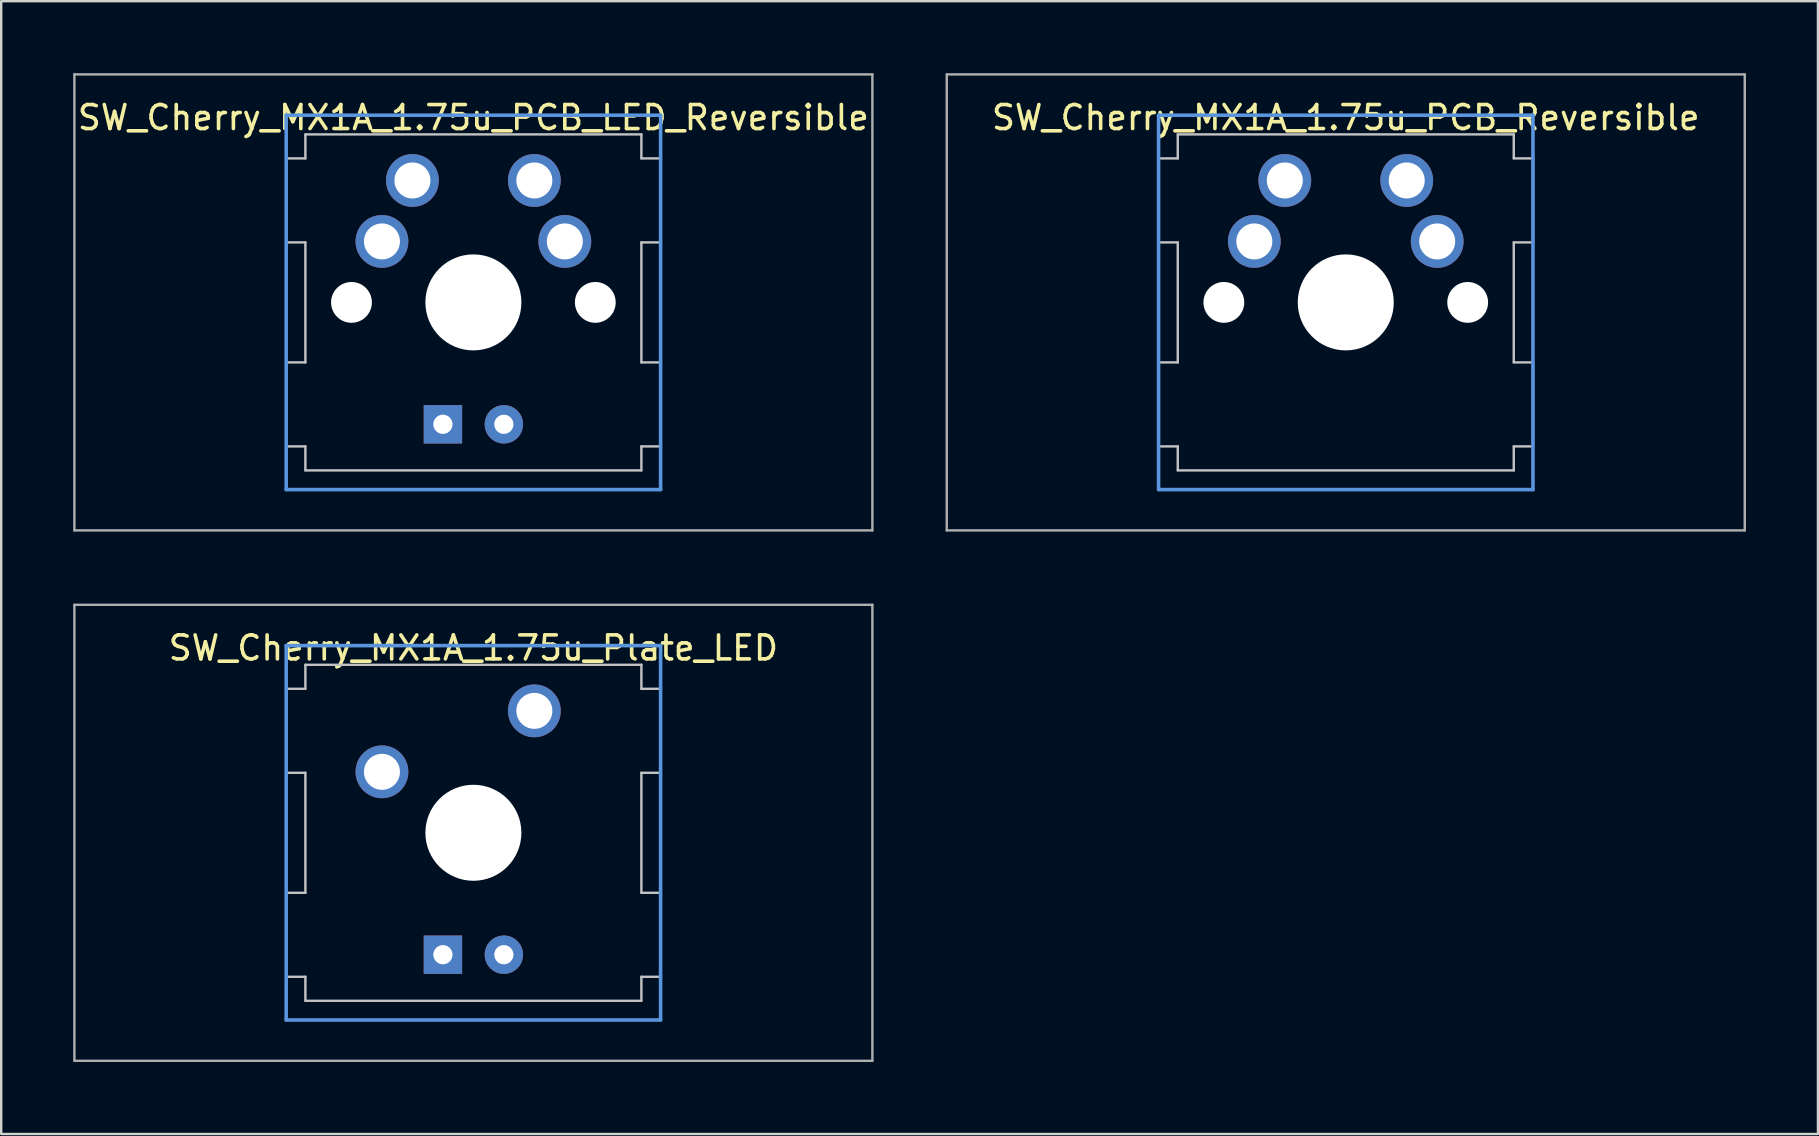
<source format=kicad_pcb>
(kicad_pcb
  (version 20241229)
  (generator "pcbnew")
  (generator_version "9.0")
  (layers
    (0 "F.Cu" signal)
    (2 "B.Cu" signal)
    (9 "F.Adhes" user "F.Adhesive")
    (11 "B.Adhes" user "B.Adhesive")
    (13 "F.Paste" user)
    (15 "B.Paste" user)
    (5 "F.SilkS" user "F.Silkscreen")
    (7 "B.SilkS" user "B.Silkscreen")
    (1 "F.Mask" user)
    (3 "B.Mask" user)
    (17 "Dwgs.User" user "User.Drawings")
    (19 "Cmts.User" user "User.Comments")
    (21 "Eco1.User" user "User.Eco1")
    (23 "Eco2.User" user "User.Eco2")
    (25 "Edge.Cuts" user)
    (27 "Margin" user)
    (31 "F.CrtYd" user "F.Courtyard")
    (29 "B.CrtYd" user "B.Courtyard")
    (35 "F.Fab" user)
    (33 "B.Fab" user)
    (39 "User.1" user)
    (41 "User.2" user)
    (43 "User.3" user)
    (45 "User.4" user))
  (footprint "SW_Cherry_MX1A_1.75u_Plate_LED"
    (layer "F.Cu")
    (at 16.675 31.65)
    (property "Reference" "SW_Cherry_MX1A_1.75u_Plate_LED" (at 0 -7.7 0) (layer "F.SilkS") (effects (font (size 1 1) (thickness 0.15))))
    (attr through_hole)
    (fp_line (start -7.8 -6) (end -7 -6) (stroke (width 0.1) (type solid)) (layer "Dwgs.User"))
    (fp_line (start -7.8 -2.5) (end -7.8 -6) (stroke (width 0.1) (type solid)) (layer "Dwgs.User"))
    (fp_line (start -7.8 -2.5) (end -7 -2.5) (stroke (width 0.1) (type solid)) (layer "Dwgs.User"))
    (fp_line (start -7.8 2.5) (end -7 2.5) (stroke (width 0.1) (type solid)) (layer "Dwgs.User"))
    (fp_line (start -7.8 6) (end -7.8 2.5) (stroke (width 0.1) (type solid)) (layer "Dwgs.User"))
    (fp_line (start -7.8 6) (end -7 6) (stroke (width 0.1) (type solid)) (layer "Dwgs.User"))
    (fp_line (start -7 -7) (end 7 -7) (stroke (width 0.1) (type solid)) (layer "Dwgs.User"))
    (fp_line (start -7 -6) (end -7 -7) (stroke (width 0.1) (type solid)) (layer "Dwgs.User"))
    (fp_line (start -7 -2.5) (end -7 2.5) (stroke (width 0.1) (type solid)) (layer "Dwgs.User"))
    (fp_line (start -7 7) (end -7 6) (stroke (width 0.1) (type solid)) (layer "Dwgs.User"))
    (fp_line (start -7 7) (end 7 7) (stroke (width 0.1) (type solid)) (layer "Dwgs.User"))
    (fp_line (start 7 -6) (end 7 -7) (stroke (width 0.1) (type solid)) (layer "Dwgs.User"))
    (fp_line (start 7 -6) (end 7.8 -6) (stroke (width 0.1) (type solid)) (layer "Dwgs.User"))
    (fp_line (start 7 -2.5) (end 7 2.5) (stroke (width 0.1) (type solid)) (layer "Dwgs.User"))
    (fp_line (start 7 -2.5) (end 7.8 -2.5) (stroke (width 0.1) (type solid)) (layer "Dwgs.User"))
    (fp_line (start 7 2.5) (end 7.8 2.5) (stroke (width 0.1) (type solid)) (layer "Dwgs.User"))
    (fp_line (start 7 6) (end 7.8 6) (stroke (width 0.1) (type solid)) (layer "Dwgs.User"))
    (fp_line (start 7 7) (end 7 6) (stroke (width 0.1) (type solid)) (layer "Dwgs.User"))
    (fp_line (start 7.8 -2.5) (end 7.8 -6) (stroke (width 0.1) (type solid)) (layer "Dwgs.User"))
    (fp_line (start 7.8 6) (end 7.8 2.5) (stroke (width 0.1) (type solid)) (layer "Dwgs.User"))
    (fp_line (start -7.8 -7.8) (end 7.8 -7.8) (stroke (width 0.15) (type solid)) (layer "Cmts.User"))
    (fp_line (start -7.8 7.8) (end -7.8 -7.8) (stroke (width 0.15) (type solid)) (layer "Cmts.User"))
    (fp_line (start 7.8 -7.8) (end 7.8 7.8) (stroke (width 0.15) (type solid)) (layer "Cmts.User"))
    (fp_line (start 7.8 7.8) (end -7.8 7.8) (stroke (width 0.15) (type solid)) (layer "Cmts.User"))
    (fp_line (start -16.625 -9.5) (end 16.625 -9.5) (stroke (width 0.1) (type solid)) (layer "F.Fab"))
    (fp_line (start -16.625 9.5) (end -16.625 -9.5) (stroke (width 0.1) (type solid)) (layer "F.Fab"))
    (fp_line (start 16.625 -9.5) (end 16.625 9.5) (stroke (width 0.1) (type solid)) (layer "F.Fab"))
    (fp_line (start 16.625 9.5) (end -16.625 9.5) (stroke (width 0.1) (type solid)) (layer "F.Fab"))
    (pad "" np_thru_hole circle (at 0 0) (size 4 4) (drill 4) (layers "*.Cu" "*.Mask"))
    (pad "1" thru_hole circle (at -3.81 -2.54) (size 2.2 2.2) (drill 1.5) (layers "*.Cu" "*.Mask"))
    (pad "2" thru_hole rect (at -1.27 5.08) (size 1.6 1.6) (drill 0.8) (layers "*.Cu" "*.Mask"))
    (pad "3" thru_hole circle (at 1.27 5.08) (size 1.6 1.6) (drill 0.8) (layers "*.Cu" "*.Mask"))
    (pad "4" thru_hole circle (at 2.54 -5.08) (size 2.2 2.2) (drill 1.5) (layers "*.Cu" "*.Mask")))
  (footprint "SW_Cherry_MX1A_1.75u_PCB_LED_Reversible"
    (layer "F.Cu")
    (at 16.675 9.55)
    (property "Reference" "SW_Cherry_MX1A_1.75u_PCB_LED_Reversible" (at 0 -7.7 0) (layer "F.SilkS") (effects (font (size 1 1) (thickness 0.15))))
    (attr through_hole)
    (fp_line (start -7.8 -6) (end -7 -6) (stroke (width 0.1) (type solid)) (layer "Dwgs.User"))
    (fp_line (start -7.8 -2.5) (end -7.8 -6) (stroke (width 0.1) (type solid)) (layer "Dwgs.User"))
    (fp_line (start -7.8 -2.5) (end -7 -2.5) (stroke (width 0.1) (type solid)) (layer "Dwgs.User"))
    (fp_line (start -7.8 2.5) (end -7 2.5) (stroke (width 0.1) (type solid)) (layer "Dwgs.User"))
    (fp_line (start -7.8 6) (end -7.8 2.5) (stroke (width 0.1) (type solid)) (layer "Dwgs.User"))
    (fp_line (start -7.8 6) (end -7 6) (stroke (width 0.1) (type solid)) (layer "Dwgs.User"))
    (fp_line (start -7 -7) (end 7 -7) (stroke (width 0.1) (type solid)) (layer "Dwgs.User"))
    (fp_line (start -7 -6) (end -7 -7) (stroke (width 0.1) (type solid)) (layer "Dwgs.User"))
    (fp_line (start -7 -2.5) (end -7 2.5) (stroke (width 0.1) (type solid)) (layer "Dwgs.User"))
    (fp_line (start -7 7) (end -7 6) (stroke (width 0.1) (type solid)) (layer "Dwgs.User"))
    (fp_line (start -7 7) (end 7 7) (stroke (width 0.1) (type solid)) (layer "Dwgs.User"))
    (fp_line (start 7 -6) (end 7 -7) (stroke (width 0.1) (type solid)) (layer "Dwgs.User"))
    (fp_line (start 7 -6) (end 7.8 -6) (stroke (width 0.1) (type solid)) (layer "Dwgs.User"))
    (fp_line (start 7 -2.5) (end 7 2.5) (stroke (width 0.1) (type solid)) (layer "Dwgs.User"))
    (fp_line (start 7 -2.5) (end 7.8 -2.5) (stroke (width 0.1) (type solid)) (layer "Dwgs.User"))
    (fp_line (start 7 2.5) (end 7.8 2.5) (stroke (width 0.1) (type solid)) (layer "Dwgs.User"))
    (fp_line (start 7 6) (end 7.8 6) (stroke (width 0.1) (type solid)) (layer "Dwgs.User"))
    (fp_line (start 7 7) (end 7 6) (stroke (width 0.1) (type solid)) (layer "Dwgs.User"))
    (fp_line (start 7.8 -2.5) (end 7.8 -6) (stroke (width 0.1) (type solid)) (layer "Dwgs.User"))
    (fp_line (start 7.8 6) (end 7.8 2.5) (stroke (width 0.1) (type solid)) (layer "Dwgs.User"))
    (fp_line (start -7.8 -7.8) (end 7.8 -7.8) (stroke (width 0.15) (type solid)) (layer "Cmts.User"))
    (fp_line (start -7.8 7.8) (end -7.8 -7.8) (stroke (width 0.15) (type solid)) (layer "Cmts.User"))
    (fp_line (start 7.8 -7.8) (end 7.8 7.8) (stroke (width 0.15) (type solid)) (layer "Cmts.User"))
    (fp_line (start 7.8 7.8) (end -7.8 7.8) (stroke (width 0.15) (type solid)) (layer "Cmts.User"))
    (fp_line (start -16.625 -9.5) (end 16.625 -9.5) (stroke (width 0.1) (type solid)) (layer "F.Fab"))
    (fp_line (start -16.625 9.5) (end -16.625 -9.5) (stroke (width 0.1) (type solid)) (layer "F.Fab"))
    (fp_line (start 16.625 -9.5) (end 16.625 9.5) (stroke (width 0.1) (type solid)) (layer "F.Fab"))
    (fp_line (start 16.625 9.5) (end -16.625 9.5) (stroke (width 0.1) (type solid)) (layer "F.Fab"))
    (pad "" np_thru_hole circle (at -5.08 0) (size 1.7 1.7) (drill 1.7) (layers "*.Cu" "*.Mask"))
    (pad "" np_thru_hole circle (at 0 0) (size 4 4) (drill 4) (layers "*.Cu" "*.Mask"))
    (pad "" np_thru_hole circle (at 5.08 0) (size 1.7 1.7) (drill 1.7) (layers "*.Cu" "*.Mask"))
    (pad "1" thru_hole circle (at -3.81 -2.54) (size 2.2 2.2) (drill 1.5) (layers "*.Cu" "*.Mask"))
    (pad "1" thru_hole circle (at -2.54 -5.08) (size 2.2 2.2) (drill 1.5) (layers "*.Cu" "*.Mask"))
    (pad "2" thru_hole circle (at 2.54 -5.08) (size 2.2 2.2) (drill 1.5) (layers "*.Cu" "*.Mask"))
    (pad "2" thru_hole circle (at 3.81 -2.54) (size 2.2 2.2) (drill 1.5) (layers "*.Cu" "*.Mask"))
    (pad "3" thru_hole rect (at -1.27 5.08) (size 1.6 1.6) (drill 0.8) (layers "*.Cu" "*.Mask"))
    (pad "4" thru_hole circle (at 1.27 5.08) (size 1.6 1.6) (drill 0.8) (layers "*.Cu" "*.Mask")))
  (footprint "SW_Cherry_MX1A_1.75u_PCB_Reversible"
    (layer "F.Cu")
    (at 53.025 9.55)
    (property "Reference" "SW_Cherry_MX1A_1.75u_PCB_Reversible" (at 0 -7.7 0) (layer "F.SilkS") (effects (font (size 1 1) (thickness 0.15))))
    (attr through_hole)
    (fp_line (start -7.8 -6) (end -7 -6) (stroke (width 0.1) (type solid)) (layer "Dwgs.User"))
    (fp_line (start -7.8 -2.5) (end -7.8 -6) (stroke (width 0.1) (type solid)) (layer "Dwgs.User"))
    (fp_line (start -7.8 -2.5) (end -7 -2.5) (stroke (width 0.1) (type solid)) (layer "Dwgs.User"))
    (fp_line (start -7.8 2.5) (end -7 2.5) (stroke (width 0.1) (type solid)) (layer "Dwgs.User"))
    (fp_line (start -7.8 6) (end -7.8 2.5) (stroke (width 0.1) (type solid)) (layer "Dwgs.User"))
    (fp_line (start -7.8 6) (end -7 6) (stroke (width 0.1) (type solid)) (layer "Dwgs.User"))
    (fp_line (start -7 -7) (end 7 -7) (stroke (width 0.1) (type solid)) (layer "Dwgs.User"))
    (fp_line (start -7 -6) (end -7 -7) (stroke (width 0.1) (type solid)) (layer "Dwgs.User"))
    (fp_line (start -7 -2.5) (end -7 2.5) (stroke (width 0.1) (type solid)) (layer "Dwgs.User"))
    (fp_line (start -7 7) (end -7 6) (stroke (width 0.1) (type solid)) (layer "Dwgs.User"))
    (fp_line (start -7 7) (end 7 7) (stroke (width 0.1) (type solid)) (layer "Dwgs.User"))
    (fp_line (start 7 -6) (end 7 -7) (stroke (width 0.1) (type solid)) (layer "Dwgs.User"))
    (fp_line (start 7 -6) (end 7.8 -6) (stroke (width 0.1) (type solid)) (layer "Dwgs.User"))
    (fp_line (start 7 -2.5) (end 7 2.5) (stroke (width 0.1) (type solid)) (layer "Dwgs.User"))
    (fp_line (start 7 -2.5) (end 7.8 -2.5) (stroke (width 0.1) (type solid)) (layer "Dwgs.User"))
    (fp_line (start 7 2.5) (end 7.8 2.5) (stroke (width 0.1) (type solid)) (layer "Dwgs.User"))
    (fp_line (start 7 6) (end 7.8 6) (stroke (width 0.1) (type solid)) (layer "Dwgs.User"))
    (fp_line (start 7 7) (end 7 6) (stroke (width 0.1) (type solid)) (layer "Dwgs.User"))
    (fp_line (start 7.8 -2.5) (end 7.8 -6) (stroke (width 0.1) (type solid)) (layer "Dwgs.User"))
    (fp_line (start 7.8 6) (end 7.8 2.5) (stroke (width 0.1) (type solid)) (layer "Dwgs.User"))
    (fp_line (start -7.8 -7.8) (end 7.8 -7.8) (stroke (width 0.15) (type solid)) (layer "Cmts.User"))
    (fp_line (start -7.8 7.8) (end -7.8 -7.8) (stroke (width 0.15) (type solid)) (layer "Cmts.User"))
    (fp_line (start 7.8 -7.8) (end 7.8 7.8) (stroke (width 0.15) (type solid)) (layer "Cmts.User"))
    (fp_line (start 7.8 7.8) (end -7.8 7.8) (stroke (width 0.15) (type solid)) (layer "Cmts.User"))
    (fp_line (start -16.625 -9.5) (end 16.625 -9.5) (stroke (width 0.1) (type solid)) (layer "F.Fab"))
    (fp_line (start -16.625 9.5) (end -16.625 -9.5) (stroke (width 0.1) (type solid)) (layer "F.Fab"))
    (fp_line (start 16.625 -9.5) (end 16.625 9.5) (stroke (width 0.1) (type solid)) (layer "F.Fab"))
    (fp_line (start 16.625 9.5) (end -16.625 9.5) (stroke (width 0.1) (type solid)) (layer "F.Fab"))
    (pad "" np_thru_hole circle (at -5.08 0) (size 1.7 1.7) (drill 1.7) (layers "*.Cu" "*.Mask"))
    (pad "" np_thru_hole circle (at 0 0) (size 4 4) (drill 4) (layers "*.Cu" "*.Mask"))
    (pad "" np_thru_hole circle (at 5.08 0) (size 1.7 1.7) (drill 1.7) (layers "*.Cu" "*.Mask"))
    (pad "1" thru_hole circle (at -3.81 -2.54) (size 2.2 2.2) (drill 1.5) (layers "*.Cu" "*.Mask"))
    (pad "1" thru_hole circle (at -2.54 -5.08) (size 2.2 2.2) (drill 1.5) (layers "*.Cu" "*.Mask"))
    (pad "2" thru_hole circle (at 2.54 -5.08) (size 2.2 2.2) (drill 1.5) (layers "*.Cu" "*.Mask"))
    (pad "2" thru_hole circle (at 3.81 -2.54) (size 2.2 2.2) (drill 1.5) (layers "*.Cu" "*.Mask")))
  (gr_rect
    (start -3 -3)
    (end 72.7 44.2)
    (stroke (width 0.1) (type default))
    (fill no)
    (layer "Edge.Cuts")))
</source>
